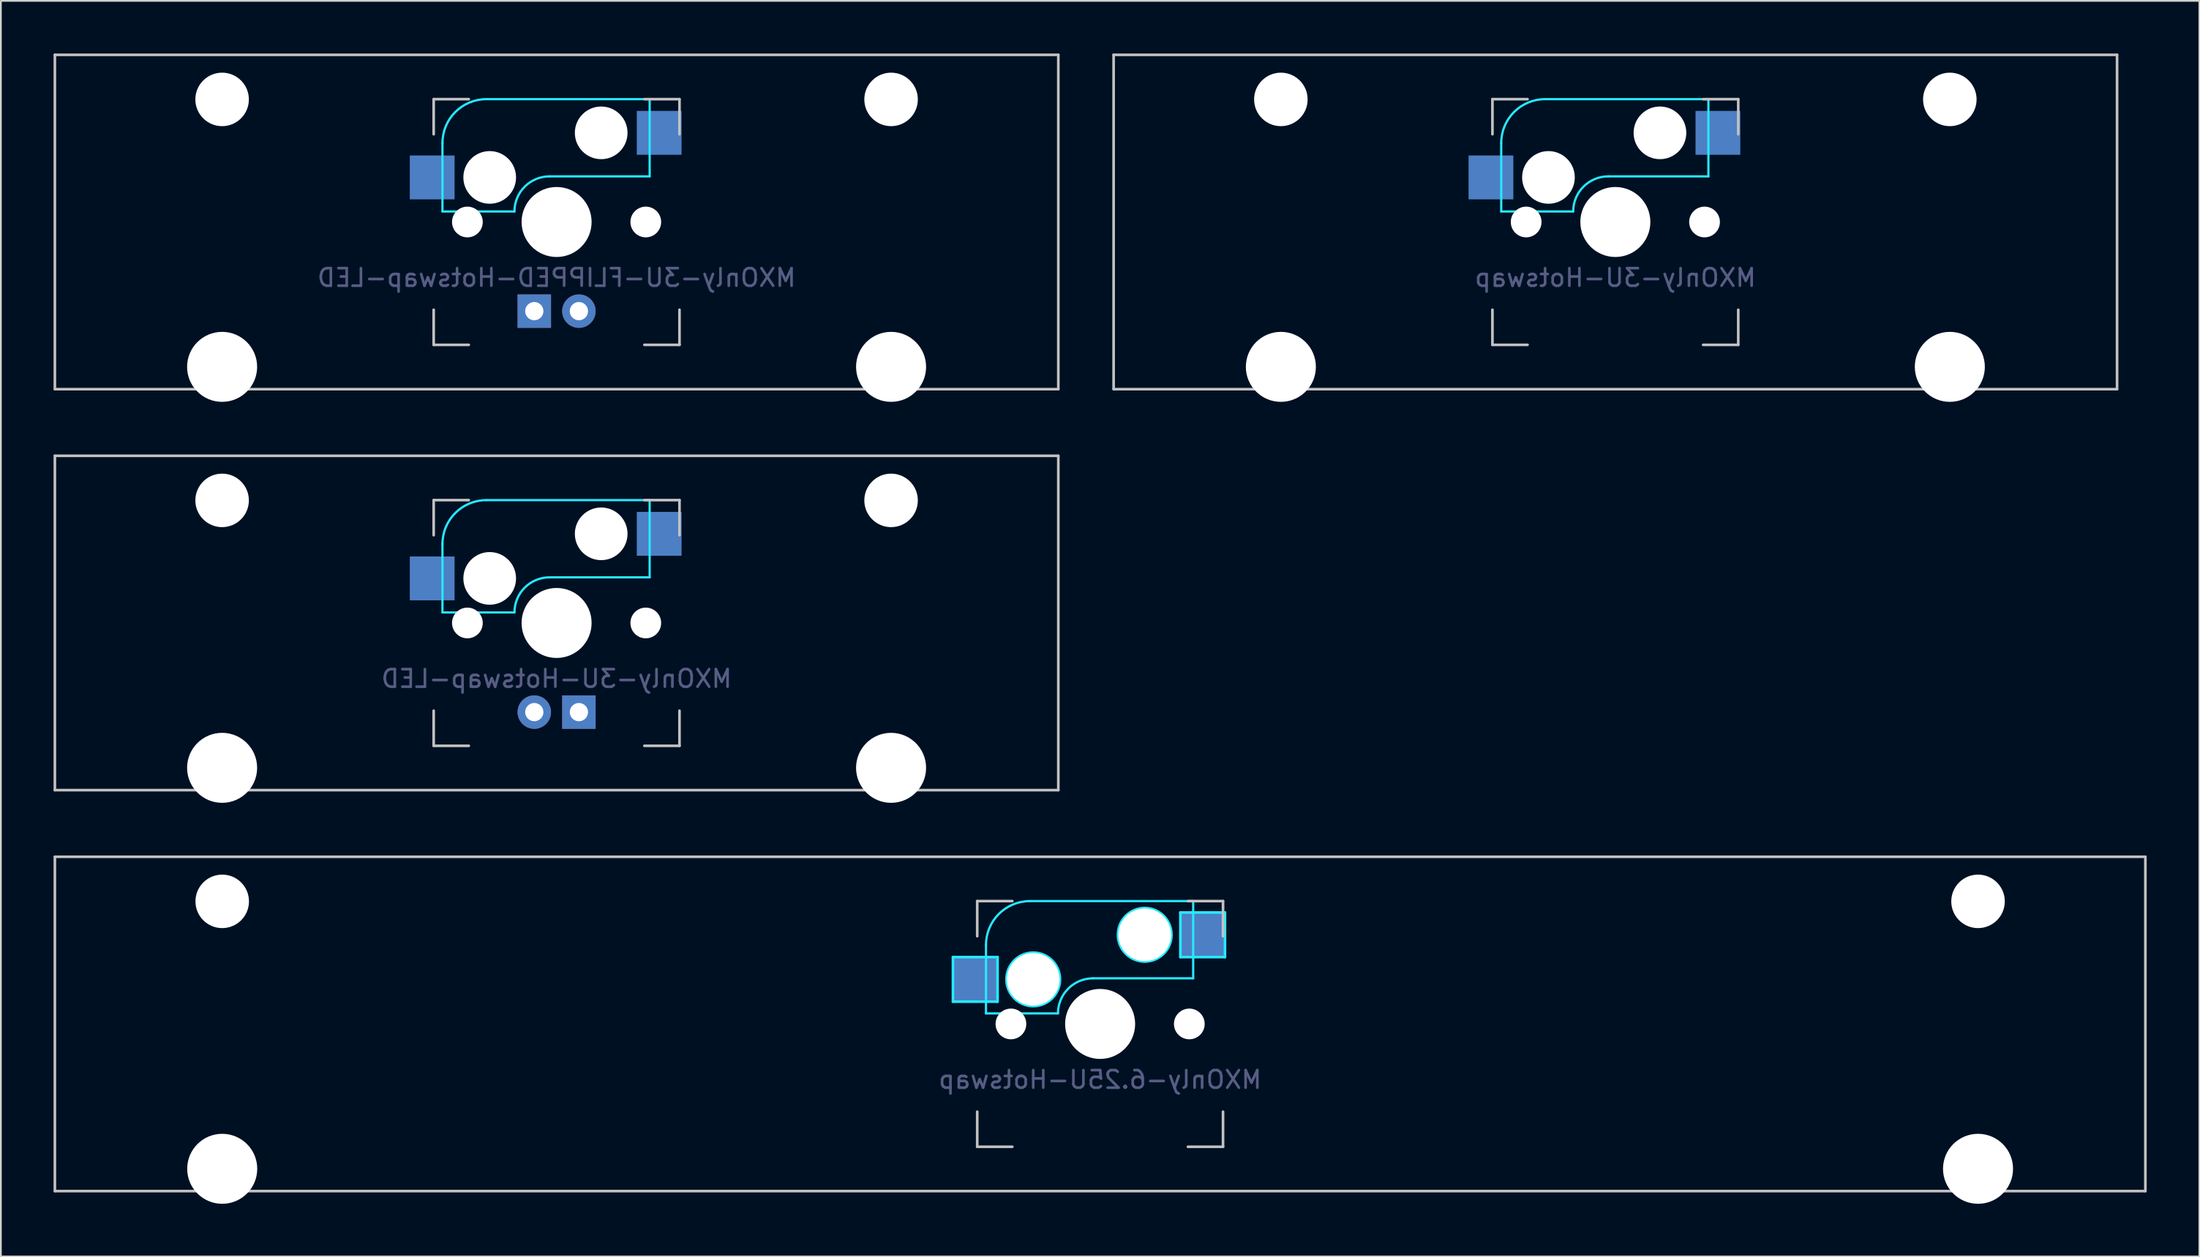
<source format=kicad_pcb>
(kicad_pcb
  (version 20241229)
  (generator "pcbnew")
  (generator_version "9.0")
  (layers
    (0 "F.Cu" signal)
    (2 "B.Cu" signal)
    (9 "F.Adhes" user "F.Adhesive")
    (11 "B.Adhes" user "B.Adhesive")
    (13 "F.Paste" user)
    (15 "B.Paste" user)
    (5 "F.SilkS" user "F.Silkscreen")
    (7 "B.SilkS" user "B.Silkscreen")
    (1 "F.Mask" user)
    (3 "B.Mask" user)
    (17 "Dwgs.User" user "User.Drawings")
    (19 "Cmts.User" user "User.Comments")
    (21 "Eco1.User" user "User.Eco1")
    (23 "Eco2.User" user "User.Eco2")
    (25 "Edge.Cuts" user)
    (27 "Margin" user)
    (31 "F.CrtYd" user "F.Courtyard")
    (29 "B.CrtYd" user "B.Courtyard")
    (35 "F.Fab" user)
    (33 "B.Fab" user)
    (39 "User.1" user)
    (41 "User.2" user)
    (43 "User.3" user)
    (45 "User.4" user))
  (footprint "MXOnly-3U-FLIPPED-Hotswap-LED"
    (layer "F.Cu")
    (at 28.65 9.6)
    (property "Reference" "MXOnly-3U-FLIPPED-Hotswap-LED" (at 0 3.175 0) (layer "B.Fab") (effects (font (size 1 1) (thickness 0.15)) (justify mirror)))
    (attr through_hole)
    (fp_line (start -28.575 -9.525) (end 28.575 -9.525) (stroke (width 0.15) (type solid)) (layer "Dwgs.User"))
    (fp_line (start -28.575 9.525) (end -28.575 -9.525) (stroke (width 0.15) (type solid)) (layer "Dwgs.User"))
    (fp_line (start -28.575 9.525) (end 28.575 9.525) (stroke (width 0.15) (type solid)) (layer "Dwgs.User"))
    (fp_line (start -7 -7) (end -7 -5) (stroke (width 0.15) (type solid)) (layer "Dwgs.User"))
    (fp_line (start -7 5) (end -7 7) (stroke (width 0.15) (type solid)) (layer "Dwgs.User"))
    (fp_line (start -7 7) (end -5 7) (stroke (width 0.15) (type solid)) (layer "Dwgs.User"))
    (fp_line (start -5 -7) (end -7 -7) (stroke (width 0.15) (type solid)) (layer "Dwgs.User"))
    (fp_line (start 5 -7) (end 7 -7) (stroke (width 0.15) (type solid)) (layer "Dwgs.User"))
    (fp_line (start 5 7) (end 7 7) (stroke (width 0.15) (type solid)) (layer "Dwgs.User"))
    (fp_line (start 7 -7) (end 7 -5) (stroke (width 0.15) (type solid)) (layer "Dwgs.User"))
    (fp_line (start 7 7) (end 7 5) (stroke (width 0.15) (type solid)) (layer "Dwgs.User"))
    (fp_line (start 28.575 -9.525) (end 28.575 9.525) (stroke (width 0.15) (type solid)) (layer "Dwgs.User"))
    (fp_line (start -6.5 -4.5) (end -6.5 -0.6) (stroke (width 0.127) (type solid)) (layer "B.CrtYd"))
    (fp_line (start -6.5 -0.6) (end -2.4 -0.6) (stroke (width 0.127) (type solid)) (layer "B.CrtYd"))
    (fp_line (start -0.4 -2.6) (end 5.3 -2.6) (stroke (width 0.127) (type solid)) (layer "B.CrtYd"))
    (fp_line (start 5.3 -7) (end -4 -7) (stroke (width 0.127) (type solid)) (layer "B.CrtYd"))
    (fp_line (start 5.3 -7) (end 5.3 -2.6) (stroke (width 0.127) (type solid)) (layer "B.CrtYd"))
    (fp_arc (start -6.5 -4.5) (mid -5.767767 -6.267767) (end -4 -7) (stroke (width 0.127) (type solid)) (layer "B.CrtYd"))
    (fp_arc (start -2.4 -0.6) (mid -1.814214 -2.014214) (end -0.4 -2.6) (stroke (width 0.127) (type solid)) (layer "B.CrtYd"))
    (pad "" np_thru_hole circle (at -19.05 -6.985) (size 3.048 3.048) (drill 3.048) (layers "*.Cu" "*.Mask"))
    (pad "" np_thru_hole circle (at -19.05 8.255) (size 3.988 3.988) (drill 3.988) (layers "*.Cu" "*.Mask"))
    (pad "" np_thru_hole circle (at -5.08 0 48.1) (size 1.75 1.75) (drill 1.75) (layers "*.Cu" "*.Mask"))
    (pad "" np_thru_hole circle (at -3.81 -2.54) (size 3 3) (drill 3) (layers "*.Cu" "*.Mask"))
    (pad "" np_thru_hole circle (at 0 0) (size 3.988 3.988) (drill 3.988) (layers "*.Cu" "*.Mask"))
    (pad "" np_thru_hole circle (at 2.54 -5.08) (size 3 3) (drill 3) (layers "*.Cu" "*.Mask"))
    (pad "" np_thru_hole circle (at 5.08 0 48.1) (size 1.75 1.75) (drill 1.75) (layers "*.Cu" "*.Mask"))
    (pad "" np_thru_hole circle (at 19.05 -6.985) (size 3.048 3.048) (drill 3.048) (layers "*.Cu" "*.Mask"))
    (pad "" np_thru_hole circle (at 19.05 8.255) (size 3.988 3.988) (drill 3.988) (layers "*.Cu" "*.Mask"))
    (pad "1" smd rect (at -7.085 -2.54) (size 2.55 2.5) (layers "B.Cu" "B.Mask" "B.Paste"))
    (pad "2" smd rect (at 5.842 -5.08) (size 2.55 2.5) (layers "B.Cu" "B.Mask" "B.Paste"))
    (pad "3" thru_hole circle (at 1.27 5.08 180) (size 1.905 1.905) (drill 1.04) (layers "*.Cu" "B.Mask"))
    (pad "4" thru_hole rect (at -1.27 5.08 180) (size 1.905 1.905) (drill 1.04) (layers "*.Cu" "B.Mask")))
  (footprint "MXOnly-3U-Hotswap-LED"
    (layer "F.Cu")
    (at 28.65 32.449)
    (property "Reference" "MXOnly-3U-Hotswap-LED" (at 0 3.175 0) (layer "B.Fab") (effects (font (size 1 1) (thickness 0.15)) (justify mirror)))
    (attr through_hole)
    (fp_line (start -28.575 -9.525) (end 28.575 -9.525) (stroke (width 0.15) (type solid)) (layer "Dwgs.User"))
    (fp_line (start -28.575 9.525) (end -28.575 -9.525) (stroke (width 0.15) (type solid)) (layer "Dwgs.User"))
    (fp_line (start -28.575 9.525) (end 28.575 9.525) (stroke (width 0.15) (type solid)) (layer "Dwgs.User"))
    (fp_line (start -7 -7) (end -7 -5) (stroke (width 0.15) (type solid)) (layer "Dwgs.User"))
    (fp_line (start -7 5) (end -7 7) (stroke (width 0.15) (type solid)) (layer "Dwgs.User"))
    (fp_line (start -7 7) (end -5 7) (stroke (width 0.15) (type solid)) (layer "Dwgs.User"))
    (fp_line (start -5 -7) (end -7 -7) (stroke (width 0.15) (type solid)) (layer "Dwgs.User"))
    (fp_line (start 5 -7) (end 7 -7) (stroke (width 0.15) (type solid)) (layer "Dwgs.User"))
    (fp_line (start 5 7) (end 7 7) (stroke (width 0.15) (type solid)) (layer "Dwgs.User"))
    (fp_line (start 7 -7) (end 7 -5) (stroke (width 0.15) (type solid)) (layer "Dwgs.User"))
    (fp_line (start 7 7) (end 7 5) (stroke (width 0.15) (type solid)) (layer "Dwgs.User"))
    (fp_line (start 28.575 -9.525) (end 28.575 9.525) (stroke (width 0.15) (type solid)) (layer "Dwgs.User"))
    (fp_line (start -6.5 -4.5) (end -6.5 -0.6) (stroke (width 0.127) (type solid)) (layer "B.CrtYd"))
    (fp_line (start -6.5 -0.6) (end -2.4 -0.6) (stroke (width 0.127) (type solid)) (layer "B.CrtYd"))
    (fp_line (start -0.4 -2.6) (end 5.3 -2.6) (stroke (width 0.127) (type solid)) (layer "B.CrtYd"))
    (fp_line (start 5.3 -7) (end -4 -7) (stroke (width 0.127) (type solid)) (layer "B.CrtYd"))
    (fp_line (start 5.3 -7) (end 5.3 -2.6) (stroke (width 0.127) (type solid)) (layer "B.CrtYd"))
    (fp_arc (start -6.5 -4.5) (mid -5.767767 -6.267767) (end -4 -7) (stroke (width 0.127) (type solid)) (layer "B.CrtYd"))
    (fp_arc (start -2.4 -0.6) (mid -1.814214 -2.014214) (end -0.4 -2.6) (stroke (width 0.127) (type solid)) (layer "B.CrtYd"))
    (pad "" np_thru_hole circle (at -19.05 -6.985) (size 3.048 3.048) (drill 3.048) (layers "*.Cu" "*.Mask"))
    (pad "" np_thru_hole circle (at -19.05 8.255) (size 3.988 3.988) (drill 3.988) (layers "*.Cu" "*.Mask"))
    (pad "" np_thru_hole circle (at -5.08 0 48.1) (size 1.75 1.75) (drill 1.75) (layers "*.Cu" "*.Mask"))
    (pad "" np_thru_hole circle (at -3.81 -2.54) (size 3 3) (drill 3) (layers "*.Cu" "*.Mask"))
    (pad "" np_thru_hole circle (at 0 0) (size 3.988 3.988) (drill 3.988) (layers "*.Cu" "*.Mask"))
    (pad "" np_thru_hole circle (at 2.54 -5.08) (size 3 3) (drill 3) (layers "*.Cu" "*.Mask"))
    (pad "" np_thru_hole circle (at 5.08 0 48.1) (size 1.75 1.75) (drill 1.75) (layers "*.Cu" "*.Mask"))
    (pad "" np_thru_hole circle (at 19.05 -6.985) (size 3.048 3.048) (drill 3.048) (layers "*.Cu" "*.Mask"))
    (pad "" np_thru_hole circle (at 19.05 8.255) (size 3.988 3.988) (drill 3.988) (layers "*.Cu" "*.Mask"))
    (pad "1" smd rect (at -7.085 -2.54) (size 2.55 2.5) (layers "B.Cu" "B.Mask" "B.Paste"))
    (pad "2" smd rect (at 5.842 -5.08) (size 2.55 2.5) (layers "B.Cu" "B.Mask" "B.Paste"))
    (pad "3" thru_hole circle (at -1.27 5.08 180) (size 1.905 1.905) (drill 1.04) (layers "*.Cu" "B.Mask"))
    (pad "4" thru_hole rect (at 1.27 5.08 180) (size 1.905 1.905) (drill 1.04) (layers "*.Cu" "B.Mask")))
  (footprint "MXOnly-6.25U-Hotswap"
    (layer "F.Cu")
    (at 59.606 55.298)
    (property "Reference" "MXOnly-6.25U-Hotswap" (at 0 3.175 0) (layer "B.Fab") (effects (font (size 1 1) (thickness 0.15)) (justify mirror)))
    (attr smd)
    (fp_line (start -59.531 -9.525) (end 59.531 -9.525) (stroke (width 0.15) (type solid)) (layer "Dwgs.User"))
    (fp_line (start -59.531 9.525) (end -59.531 -9.525) (stroke (width 0.15) (type solid)) (layer "Dwgs.User"))
    (fp_line (start -7 -7) (end -7 -5) (stroke (width 0.15) (type solid)) (layer "Dwgs.User"))
    (fp_line (start -7 5) (end -7 7) (stroke (width 0.15) (type solid)) (layer "Dwgs.User"))
    (fp_line (start -7 7) (end -5 7) (stroke (width 0.15) (type solid)) (layer "Dwgs.User"))
    (fp_line (start -5 -7) (end -7 -7) (stroke (width 0.15) (type solid)) (layer "Dwgs.User"))
    (fp_line (start 5 -7) (end 7 -7) (stroke (width 0.15) (type solid)) (layer "Dwgs.User"))
    (fp_line (start 5 7) (end 7 7) (stroke (width 0.15) (type solid)) (layer "Dwgs.User"))
    (fp_line (start 7 -7) (end 7 -5) (stroke (width 0.15) (type solid)) (layer "Dwgs.User"))
    (fp_line (start 7 7) (end 7 5) (stroke (width 0.15) (type solid)) (layer "Dwgs.User"))
    (fp_line (start 59.531 -9.525) (end 59.531 9.525) (stroke (width 0.15) (type solid)) (layer "Dwgs.User"))
    (fp_line (start 59.531 9.525) (end -59.531 9.525) (stroke (width 0.15) (type solid)) (layer "Dwgs.User"))
    (fp_line (start -8.382 -3.81) (end -5.842 -3.81) (stroke (width 0.15) (type solid)) (layer "B.CrtYd"))
    (fp_line (start -8.382 -1.27) (end -8.382 -3.81) (stroke (width 0.15) (type solid)) (layer "B.CrtYd"))
    (fp_line (start -6.5 -4.5) (end -6.5 -0.6) (stroke (width 0.127) (type solid)) (layer "B.CrtYd"))
    (fp_line (start -6.5 -0.6) (end -2.4 -0.6) (stroke (width 0.127) (type solid)) (layer "B.CrtYd"))
    (fp_line (start -5.842 -3.81) (end -5.842 -1.27) (stroke (width 0.15) (type solid)) (layer "B.CrtYd"))
    (fp_line (start -5.842 -1.27) (end -8.382 -1.27) (stroke (width 0.15) (type solid)) (layer "B.CrtYd"))
    (fp_line (start -0.4 -2.6) (end 5.3 -2.6) (stroke (width 0.127) (type solid)) (layer "B.CrtYd"))
    (fp_line (start 4.572 -6.35) (end 7.112 -6.35) (stroke (width 0.15) (type solid)) (layer "B.CrtYd"))
    (fp_line (start 4.572 -3.81) (end 4.572 -6.35) (stroke (width 0.15) (type solid)) (layer "B.CrtYd"))
    (fp_line (start 5.3 -7) (end -4 -7) (stroke (width 0.127) (type solid)) (layer "B.CrtYd"))
    (fp_line (start 5.3 -7) (end 5.3 -2.6) (stroke (width 0.127) (type solid)) (layer "B.CrtYd"))
    (fp_line (start 7.112 -6.35) (end 7.112 -3.81) (stroke (width 0.15) (type solid)) (layer "B.CrtYd"))
    (fp_line (start 7.112 -3.81) (end 4.572 -3.81) (stroke (width 0.15) (type solid)) (layer "B.CrtYd"))
    (fp_arc (start -6.5 -4.5) (mid -5.767767 -6.267767) (end -4 -7) (stroke (width 0.127) (type solid)) (layer "B.CrtYd"))
    (fp_arc (start -2.4 -0.6) (mid -1.814214 -2.014214) (end -0.4 -2.6) (stroke (width 0.127) (type solid)) (layer "B.CrtYd"))
    (fp_circle (center -3.81 -2.54) (end -3.81 -4.064) (stroke (width 0.15) (type solid)) (fill no) (layer "B.CrtYd"))
    (fp_circle (center 2.54 -5.08) (end 2.54 -6.604) (stroke (width 0.15) (type solid)) (fill no) (layer "B.CrtYd"))
    (pad "" np_thru_hole circle (at -50 -6.985) (size 3.048 3.048) (drill 3.048) (layers "*.Cu" "*.Mask"))
    (pad "" np_thru_hole circle (at -50 8.255) (size 3.988 3.988) (drill 3.988) (layers "*.Cu" "*.Mask"))
    (pad "" np_thru_hole circle (at -5.08 0 48.1) (size 1.75 1.75) (drill 1.75) (layers "*.Cu" "*.Mask"))
    (pad "" np_thru_hole circle (at -3.81 -2.54) (size 3 3) (drill 3) (layers "*.Cu" "*.Mask"))
    (pad "" np_thru_hole circle (at 0 0) (size 3.988 3.988) (drill 3.988) (layers "*.Cu" "*.Mask"))
    (pad "" np_thru_hole circle (at 2.54 -5.08) (size 3 3) (drill 3) (layers "*.Cu" "*.Mask"))
    (pad "" np_thru_hole circle (at 5.08 0 48.1) (size 1.75 1.75) (drill 1.75) (layers "*.Cu" "*.Mask"))
    (pad "" np_thru_hole circle (at 50 -6.985) (size 3.048 3.048) (drill 3.048) (layers "*.Cu" "*.Mask"))
    (pad "" np_thru_hole circle (at 50 8.255) (size 3.988 3.988) (drill 3.988) (layers "*.Cu" "*.Mask"))
    (pad "1" smd rect (at -7.085 -2.54) (size 2.55 2.5) (layers "B.Cu" "B.Mask" "B.Paste"))
    (pad "2" smd rect (at 5.842 -5.08) (size 2.55 2.5) (layers "B.Cu" "B.Mask" "B.Paste")))
  (footprint "MXOnly-3U-Hotswap"
    (layer "F.Cu")
    (at 88.95 9.6)
    (property "Reference" "MXOnly-3U-Hotswap" (at 0 3.175 0) (layer "B.Fab") (effects (font (size 1 1) (thickness 0.15)) (justify mirror)))
    (attr through_hole)
    (fp_line (start -28.575 -9.525) (end 28.575 -9.525) (stroke (width 0.15) (type solid)) (layer "Dwgs.User"))
    (fp_line (start -28.575 9.525) (end -28.575 -9.525) (stroke (width 0.15) (type solid)) (layer "Dwgs.User"))
    (fp_line (start -28.575 9.525) (end 28.575 9.525) (stroke (width 0.15) (type solid)) (layer "Dwgs.User"))
    (fp_line (start -7 -7) (end -7 -5) (stroke (width 0.15) (type solid)) (layer "Dwgs.User"))
    (fp_line (start -7 5) (end -7 7) (stroke (width 0.15) (type solid)) (layer "Dwgs.User"))
    (fp_line (start -7 7) (end -5 7) (stroke (width 0.15) (type solid)) (layer "Dwgs.User"))
    (fp_line (start -5 -7) (end -7 -7) (stroke (width 0.15) (type solid)) (layer "Dwgs.User"))
    (fp_line (start 5 -7) (end 7 -7) (stroke (width 0.15) (type solid)) (layer "Dwgs.User"))
    (fp_line (start 5 7) (end 7 7) (stroke (width 0.15) (type solid)) (layer "Dwgs.User"))
    (fp_line (start 7 -7) (end 7 -5) (stroke (width 0.15) (type solid)) (layer "Dwgs.User"))
    (fp_line (start 7 7) (end 7 5) (stroke (width 0.15) (type solid)) (layer "Dwgs.User"))
    (fp_line (start 28.575 -9.525) (end 28.575 9.525) (stroke (width 0.15) (type solid)) (layer "Dwgs.User"))
    (fp_line (start -6.5 -4.5) (end -6.5 -0.6) (stroke (width 0.127) (type solid)) (layer "B.CrtYd"))
    (fp_line (start -6.5 -0.6) (end -2.4 -0.6) (stroke (width 0.127) (type solid)) (layer "B.CrtYd"))
    (fp_line (start -0.4 -2.6) (end 5.3 -2.6) (stroke (width 0.127) (type solid)) (layer "B.CrtYd"))
    (fp_line (start 5.3 -7) (end -4 -7) (stroke (width 0.127) (type solid)) (layer "B.CrtYd"))
    (fp_line (start 5.3 -7) (end 5.3 -2.6) (stroke (width 0.127) (type solid)) (layer "B.CrtYd"))
    (fp_arc (start -6.5 -4.5) (mid -5.767767 -6.267767) (end -4 -7) (stroke (width 0.127) (type solid)) (layer "B.CrtYd"))
    (fp_arc (start -2.4 -0.6) (mid -1.814214 -2.014214) (end -0.4 -2.6) (stroke (width 0.127) (type solid)) (layer "B.CrtYd"))
    (pad "" np_thru_hole circle (at -19.05 -6.985) (size 3.048 3.048) (drill 3.048) (layers "*.Cu" "*.Mask"))
    (pad "" np_thru_hole circle (at -19.05 8.255) (size 3.988 3.988) (drill 3.988) (layers "*.Cu" "*.Mask"))
    (pad "" np_thru_hole circle (at -5.08 0 48.1) (size 1.75 1.75) (drill 1.75) (layers "*.Cu" "*.Mask"))
    (pad "" np_thru_hole circle (at -3.81 -2.54) (size 3 3) (drill 3) (layers "*.Cu" "*.Mask"))
    (pad "" np_thru_hole circle (at 0 0) (size 3.988 3.988) (drill 3.988) (layers "*.Cu" "*.Mask"))
    (pad "" np_thru_hole circle (at 2.54 -5.08) (size 3 3) (drill 3) (layers "*.Cu" "*.Mask"))
    (pad "" np_thru_hole circle (at 5.08 0 48.1) (size 1.75 1.75) (drill 1.75) (layers "*.Cu" "*.Mask"))
    (pad "" np_thru_hole circle (at 19.05 -6.985) (size 3.048 3.048) (drill 3.048) (layers "*.Cu" "*.Mask"))
    (pad "" np_thru_hole circle (at 19.05 8.255) (size 3.988 3.988) (drill 3.988) (layers "*.Cu" "*.Mask"))
    (pad "1" smd rect (at -7.085 -2.54) (size 2.55 2.5) (layers "B.Cu" "B.Mask" "B.Paste"))
    (pad "2" smd rect (at 5.842 -5.08) (size 2.55 2.5) (layers "B.Cu" "B.Mask" "B.Paste")))
  (gr_rect
    (start -3 -3)
    (end 122.213 68.547)
    (stroke (width 0.1) (type default))
    (fill no)
    (layer "Edge.Cuts")))
</source>
